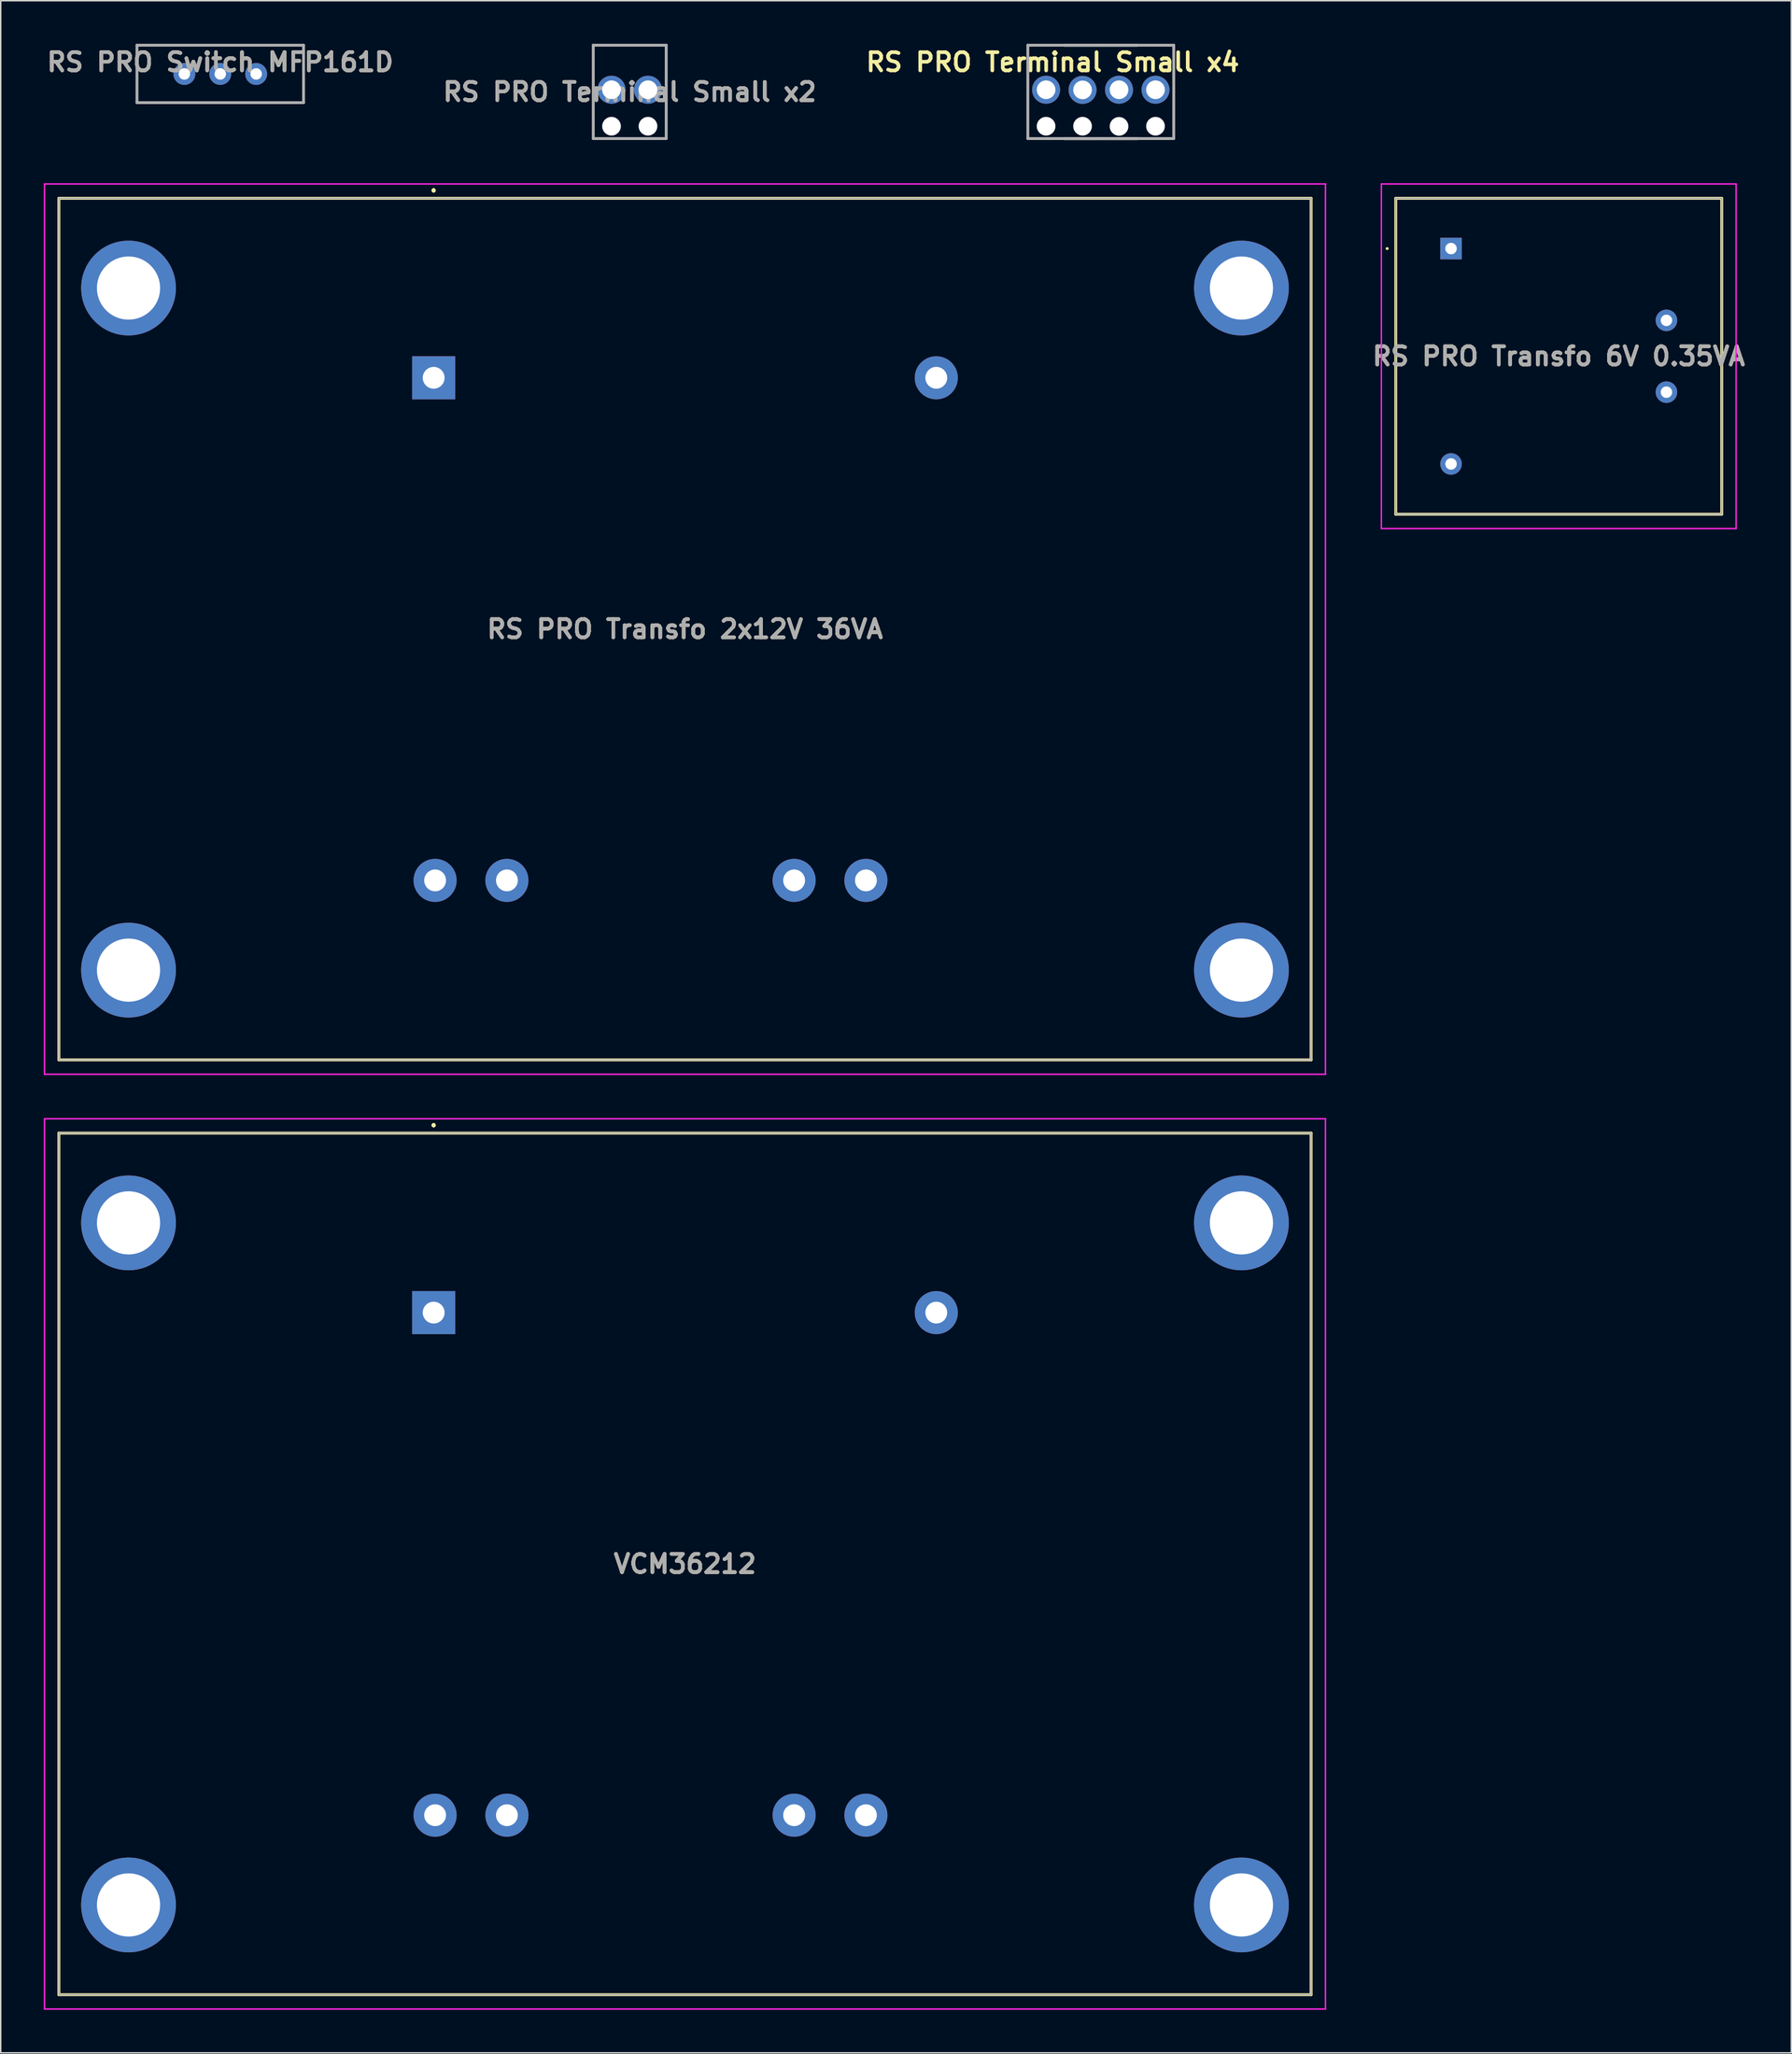
<source format=kicad_pcb>
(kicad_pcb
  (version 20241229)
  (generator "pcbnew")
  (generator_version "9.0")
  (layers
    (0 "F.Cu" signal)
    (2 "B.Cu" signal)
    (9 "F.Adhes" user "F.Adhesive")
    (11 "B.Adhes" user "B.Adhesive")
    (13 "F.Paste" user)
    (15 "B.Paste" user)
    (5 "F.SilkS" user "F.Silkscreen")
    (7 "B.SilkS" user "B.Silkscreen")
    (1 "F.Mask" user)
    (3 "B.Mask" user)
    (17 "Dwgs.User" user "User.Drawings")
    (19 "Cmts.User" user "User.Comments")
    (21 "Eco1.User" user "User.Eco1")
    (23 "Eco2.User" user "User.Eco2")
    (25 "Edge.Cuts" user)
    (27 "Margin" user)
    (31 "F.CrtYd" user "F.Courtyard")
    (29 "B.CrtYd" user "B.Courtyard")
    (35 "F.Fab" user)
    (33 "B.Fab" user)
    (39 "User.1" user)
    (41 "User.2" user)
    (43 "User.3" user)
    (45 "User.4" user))
  (footprint "RS PRO Terminal Small x2"
    (layer "F.Cu")
    (at 39.534 3.2)
    (property "Reference" "RS PRO Terminal Small x2" (at 1.27 0.15 0) (layer "F.SilkS") (effects (font (size 1.27 1.27) (thickness 0.254))))
    (attr through_hole)
    (fp_line (start -1.27 -3.1) (end 3.81 -3.1) (stroke (width 0.1) (type solid)) (layer "F.SilkS"))
    (fp_line (start -1.27 3.4) (end -1.27 -3.1) (stroke (width 0.1) (type solid)) (layer "F.SilkS"))
    (fp_line (start 3.81 -3.1) (end 3.81 3.4) (stroke (width 0.1) (type solid)) (layer "F.SilkS"))
    (fp_line (start 3.81 3.4) (end -1.27 3.4) (stroke (width 0.1) (type solid)) (layer "F.SilkS"))
    (fp_line (start -1.27 -3.1) (end 3.81 -3.1) (stroke (width 0.2) (type solid)) (layer "F.Fab"))
    (fp_line (start -1.27 3.4) (end -1.27 -3.1) (stroke (width 0.2) (type solid)) (layer "F.Fab"))
    (fp_line (start 3.81 -3.1) (end 3.81 3.4) (stroke (width 0.2) (type solid)) (layer "F.Fab"))
    (fp_line (start 3.81 3.4) (end -1.27 3.4) (stroke (width 0.2) (type solid)) (layer "F.Fab"))
    (fp_text user "${REFERENCE}" (at 1.27 0.15 0) (layer "F.Fab") (effects (font (size 1.27 1.27) (thickness 0.254))))
    (pad "" np_thru_hole circle (at 0 2.54) (size 1.3 1.3) (drill 1.3) (layers "*.Cu" "*.Mask"))
    (pad "" np_thru_hole circle (at 2.54 2.54) (size 1.3 1.3) (drill 1.3) (layers "*.Cu" "*.Mask"))
    (pad "1" thru_hole circle (at 0 0) (size 1.95 1.95) (drill 1.3) (layers "*.Cu" "*.Mask"))
    (pad "2" thru_hole circle (at 2.54 0) (size 1.95 1.95) (drill 1.3) (layers "*.Cu" "*.Mask")))
  (footprint "RS PRO Terminal Small x4"
    (layer "F.Cu")
    (at 69.796 3.2)
    (property "Reference" "RS PRO Terminal Small x4" (at 0.46 -1.92 0) (layer "F.SilkS") (effects (font (size 1.27 1.27) (thickness 0.254))))
    (attr through_hole)
    (fp_line (start -1.27 -3.1) (end 3.81 -3.1) (stroke (width 0.1) (type solid)) (layer "F.SilkS"))
    (fp_line (start -1.27 3.4) (end -1.27 -3.1) (stroke (width 0.1) (type solid)) (layer "F.SilkS"))
    (fp_line (start 1.27 -3.09) (end 6.35 -3.09) (stroke (width 0.1) (type solid)) (layer "F.SilkS"))
    (fp_line (start 3.81 -3.1) (end 8.89 -3.1) (stroke (width 0.1) (type solid)) (layer "F.SilkS"))
    (fp_line (start 3.81 3.4) (end -1.27 3.4) (stroke (width 0.1) (type solid)) (layer "F.SilkS"))
    (fp_line (start 6.35 3.41) (end 1.27 3.41) (stroke (width 0.1) (type solid)) (layer "F.SilkS"))
    (fp_line (start 8.89 -3.1) (end 8.89 3.4) (stroke (width 0.1) (type solid)) (layer "F.SilkS"))
    (fp_line (start 8.89 3.4) (end 3.81 3.4) (stroke (width 0.1) (type solid)) (layer "F.SilkS"))
    (fp_line (start -1.27 -3.1) (end 3.81 -3.1) (stroke (width 0.2) (type solid)) (layer "F.Fab"))
    (fp_line (start -1.27 3.4) (end -1.27 -3.1) (stroke (width 0.2) (type solid)) (layer "F.Fab"))
    (fp_line (start 1.27 -3.09) (end 6.35 -3.09) (stroke (width 0.2) (type solid)) (layer "F.Fab"))
    (fp_line (start 3.81 -3.1) (end 8.89 -3.1) (stroke (width 0.2) (type solid)) (layer "F.Fab"))
    (fp_line (start 3.81 3.4) (end -1.27 3.4) (stroke (width 0.2) (type solid)) (layer "F.Fab"))
    (fp_line (start 6.35 3.41) (end 1.27 3.41) (stroke (width 0.2) (type solid)) (layer "F.Fab"))
    (fp_line (start 8.89 -3.1) (end 8.89 3.4) (stroke (width 0.2) (type solid)) (layer "F.Fab"))
    (fp_line (start 8.89 3.4) (end 3.81 3.4) (stroke (width 0.2) (type solid)) (layer "F.Fab"))
    (pad "" np_thru_hole circle (at 0 2.54) (size 1.3 1.3) (drill 1.3) (layers "*.Cu" "*.Mask"))
    (pad "" np_thru_hole circle (at 2.54 2.54) (size 1.3 1.3) (drill 1.3) (layers "*.Cu" "*.Mask"))
    (pad "" np_thru_hole circle (at 5.08 2.55) (size 1.3 1.3) (drill 1.3) (layers "*.Cu" "*.Mask"))
    (pad "" np_thru_hole circle (at 7.62 2.54) (size 1.3 1.3) (drill 1.3) (layers "*.Cu" "*.Mask"))
    (pad "1" thru_hole circle (at 0 0) (size 1.95 1.95) (drill 1.3) (layers "*.Cu" "*.Mask"))
    (pad "2" thru_hole circle (at 2.54 0.01) (size 1.95 1.95) (drill 1.3) (layers "*.Cu" "*.Mask"))
    (pad "3" thru_hole circle (at 5.08 0) (size 1.95 1.95) (drill 1.3) (layers "*.Cu" "*.Mask"))
    (pad "4" thru_hole circle (at 7.62 0) (size 1.95 1.95) (drill 1.3) (layers "*.Cu" "*.Mask")))
  (footprint "RS PRO Switch MFP161D"
    (layer "F.Cu")
    (at 9.789 2.1)
    (property "Reference" "RS PRO Switch MFP161D" (at 2.5 -0.825 0) (layer "F.SilkS") (effects (font (size 1.27 1.27) (thickness 0.254))))
    (attr through_hole)
    (fp_line (start -3.3 -2) (end 8.3 -2) (stroke (width 0.1) (type solid)) (layer "F.SilkS"))
    (fp_line (start -3.3 2) (end -3.3 -2) (stroke (width 0.1) (type solid)) (layer "F.SilkS"))
    (fp_line (start 8.3 -2) (end 8.3 2) (stroke (width 0.1) (type solid)) (layer "F.SilkS"))
    (fp_line (start 8.3 2) (end -3.3 2) (stroke (width 0.1) (type solid)) (layer "F.SilkS"))
    (fp_line (start -3.3 -2) (end -3.3 2) (stroke (width 0.2) (type solid)) (layer "F.Fab"))
    (fp_line (start -3.3 2) (end 8.3 2) (stroke (width 0.2) (type solid)) (layer "F.Fab"))
    (fp_line (start 8.3 -2) (end -3.3 -2) (stroke (width 0.2) (type solid)) (layer "F.Fab"))
    (fp_line (start 8.3 2) (end 8.3 -2) (stroke (width 0.2) (type solid)) (layer "F.Fab"))
    (fp_text user "${REFERENCE}" (at 2.5 -0.825 0) (layer "F.Fab") (effects (font (size 1.27 1.27) (thickness 0.254))))
    (pad "1" thru_hole circle (at 0 0) (size 1.524 1.524) (drill 0.8) (layers "*.Cu" "*.Mask"))
    (pad "2" thru_hole circle (at 2.5 0) (size 1.524 1.524) (drill 0.8) (layers "*.Cu" "*.Mask"))
    (pad "3" thru_hole circle (at 5 0) (size 1.524 1.524) (drill 0.8) (layers "*.Cu" "*.Mask")))
  (footprint "VCM36212"
    (layer "F.Cu")
    (at 27.15 88.36)
    (property "Reference" "VCM36212" (at 17.5 17.5 0) (layer "F.SilkS") (effects (font (size 1.27 1.27) (thickness 0.254))))
    (attr through_hole)
    (fp_line (start -26.1 -12.5) (end -26.1 47.5) (stroke (width 0.2) (type solid)) (layer "F.SilkS"))
    (fp_line (start -26.1 47.5) (end 61.1 47.5) (stroke (width 0.2) (type solid)) (layer "F.SilkS"))
    (fp_line (start 0 -13.1) (end 0 -13.1) (stroke (width 0.2) (type solid)) (layer "F.SilkS"))
    (fp_line (start 0 -13.1) (end 0 -13.1) (stroke (width 0.2) (type solid)) (layer "F.SilkS"))
    (fp_line (start 0 -13) (end 0 -13) (stroke (width 0.2) (type solid)) (layer "F.SilkS"))
    (fp_line (start 61.1 -12.5) (end -26.1 -12.5) (stroke (width 0.2) (type solid)) (layer "F.SilkS"))
    (fp_line (start 61.1 47.5) (end 61.1 -12.5) (stroke (width 0.2) (type solid)) (layer "F.SilkS"))
    (fp_arc (start 0 -13.1) (mid 0.05 -13.05) (end 0 -13) (stroke (width 0.2) (type solid)) (layer "F.SilkS"))
    (fp_arc (start 0 -13) (mid -0.05 -13.05) (end 0 -13.1) (stroke (width 0.2) (type solid)) (layer "F.SilkS"))
    (fp_arc (start 0 -13) (mid -0.05 -13.05) (end 0 -13.1) (stroke (width 0.2) (type solid)) (layer "F.SilkS"))
    (fp_line (start -27.1 -13.5) (end -27.1 48.5) (stroke (width 0.1) (type solid)) (layer "F.CrtYd"))
    (fp_line (start -27.1 48.5) (end 62.1 48.5) (stroke (width 0.1) (type solid)) (layer "F.CrtYd"))
    (fp_line (start 62.1 -13.5) (end -27.1 -13.5) (stroke (width 0.1) (type solid)) (layer "F.CrtYd"))
    (fp_line (start 62.1 48.5) (end 62.1 -13.5) (stroke (width 0.1) (type solid)) (layer "F.CrtYd"))
    (fp_line (start -26.1 -12.5) (end -26.1 47.5) (stroke (width 0.1) (type solid)) (layer "F.Fab"))
    (fp_line (start -26.1 47.5) (end 61.1 47.5) (stroke (width 0.1) (type solid)) (layer "F.Fab"))
    (fp_line (start 61.1 -12.5) (end -26.1 -12.5) (stroke (width 0.1) (type solid)) (layer "F.Fab"))
    (fp_line (start 61.1 47.5) (end 61.1 -12.5) (stroke (width 0.1) (type solid)) (layer "F.Fab"))
    (fp_text user "${REFERENCE}" (at 17.5 17.5 0) (layer "F.Fab") (effects (font (size 1.27 1.27) (thickness 0.254))))
    (pad "1" thru_hole rect (at 0 0) (size 3 3) (drill 1.52) (layers "*.Cu" "*.Mask"))
    (pad "2" thru_hole circle (at 35 0) (size 3 3) (drill 1.52) (layers "*.Cu" "*.Mask"))
    (pad "3" thru_hole circle (at 30.1 35) (size 3 3) (drill 1.52) (layers "*.Cu" "*.Mask"))
    (pad "4" thru_hole circle (at 25.1 35) (size 3 3) (drill 1.52) (layers "*.Cu" "*.Mask"))
    (pad "5" thru_hole circle (at 5.1 35) (size 3 3) (drill 1.52) (layers "*.Cu" "*.Mask"))
    (pad "6" thru_hole circle (at 0.1 35) (size 3 3) (drill 1.52) (layers "*.Cu" "*.Mask"))
    (pad "MH1" thru_hole circle (at -21.25 -6.25) (size 6.6 6.6) (drill 4.4) (layers "*.Cu" "*.Mask"))
    (pad "MH2" thru_hole circle (at 56.25 -6.25) (size 6.6 6.6) (drill 4.4) (layers "*.Cu" "*.Mask"))
    (pad "MH3" thru_hole circle (at 56.25 41.25) (size 6.6 6.6) (drill 4.4) (layers "*.Cu" "*.Mask"))
    (pad "MH4" thru_hole circle (at -21.25 41.25) (size 6.6 6.6) (drill 4.4) (layers "*.Cu" "*.Mask")))
  (footprint "RS PRO Transfo 6V 0.35VA"
    (layer "F.Cu")
    (at 97.996 14.26)
    (property "Reference" "RS PRO Transfo 6V 0.35VA" (at 7.5 7.5 0) (layer "F.SilkS") (effects (font (size 1.27 1.27) (thickness 0.254))))
    (attr through_hole)
    (fp_line (start -4.5 0) (end -4.5 0) (stroke (width 0.1) (type solid)) (layer "F.SilkS"))
    (fp_line (start -4.4 0) (end -4.4 0) (stroke (width 0.1) (type solid)) (layer "F.SilkS"))
    (fp_line (start -3.85 -3.5) (end 18.85 -3.5) (stroke (width 0.2) (type solid)) (layer "F.SilkS"))
    (fp_line (start -3.85 18.5) (end -3.85 -3.5) (stroke (width 0.2) (type solid)) (layer "F.SilkS"))
    (fp_line (start 18.85 -3.5) (end 18.85 18.5) (stroke (width 0.2) (type solid)) (layer "F.SilkS"))
    (fp_line (start 18.85 18.5) (end -3.85 18.5) (stroke (width 0.2) (type solid)) (layer "F.SilkS"))
    (fp_arc (start -4.5 0) (mid -4.45 -0.05) (end -4.4 0) (stroke (width 0.1) (type solid)) (layer "F.SilkS"))
    (fp_arc (start -4.4 0) (mid -4.45 0.05) (end -4.5 0) (stroke (width 0.1) (type solid)) (layer "F.SilkS"))
    (fp_line (start -4.85 -4.5) (end 19.85 -4.5) (stroke (width 0.1) (type solid)) (layer "F.CrtYd"))
    (fp_line (start -4.85 19.5) (end -4.85 -4.5) (stroke (width 0.1) (type solid)) (layer "F.CrtYd"))
    (fp_line (start 19.85 -4.5) (end 19.85 19.5) (stroke (width 0.1) (type solid)) (layer "F.CrtYd"))
    (fp_line (start 19.85 19.5) (end -4.85 19.5) (stroke (width 0.1) (type solid)) (layer "F.CrtYd"))
    (fp_line (start -3.85 -3.5) (end 18.85 -3.5) (stroke (width 0.1) (type solid)) (layer "F.Fab"))
    (fp_line (start -3.85 18.5) (end -3.85 -3.5) (stroke (width 0.1) (type solid)) (layer "F.Fab"))
    (fp_line (start 18.85 -3.5) (end 18.85 18.5) (stroke (width 0.1) (type solid)) (layer "F.Fab"))
    (fp_line (start 18.85 18.5) (end -3.85 18.5) (stroke (width 0.1) (type solid)) (layer "F.Fab"))
    (fp_text user "${REFERENCE}" (at 7.5 7.5 0) (layer "F.Fab") (effects (font (size 1.27 1.27) (thickness 0.254))))
    (pad "1" thru_hole rect (at 0 0) (size 1.5 1.5) (drill 0.8) (layers "*.Cu" "*.Mask"))
    (pad "2" thru_hole circle (at 0 15) (size 1.5 1.5) (drill 0.8) (layers "*.Cu" "*.Mask"))
    (pad "3" thru_hole circle (at 15 5) (size 1.5 1.5) (drill 0.8) (layers "*.Cu" "*.Mask"))
    (pad "4" thru_hole circle (at 15 10) (size 1.5 1.5) (drill 0.8) (layers "*.Cu" "*.Mask")))
  (footprint "RS PRO Transfo 2x12V 36VA"
    (layer "F.Cu")
    (at 27.15 23.26)
    (property "Reference" "RS PRO Transfo 2x12V 36VA" (at 17.5 17.5 0) (layer "F.SilkS") (effects (font (size 1.27 1.27) (thickness 0.254))))
    (attr through_hole)
    (fp_line (start -26.1 -12.5) (end -26.1 47.5) (stroke (width 0.2) (type solid)) (layer "F.SilkS"))
    (fp_line (start -26.1 47.5) (end 61.1 47.5) (stroke (width 0.2) (type solid)) (layer "F.SilkS"))
    (fp_line (start 0 -13.1) (end 0 -13.1) (stroke (width 0.2) (type solid)) (layer "F.SilkS"))
    (fp_line (start 0 -13.1) (end 0 -13.1) (stroke (width 0.2) (type solid)) (layer "F.SilkS"))
    (fp_line (start 0 -13) (end 0 -13) (stroke (width 0.2) (type solid)) (layer "F.SilkS"))
    (fp_line (start 61.1 -12.5) (end -26.1 -12.5) (stroke (width 0.2) (type solid)) (layer "F.SilkS"))
    (fp_line (start 61.1 47.5) (end 61.1 -12.5) (stroke (width 0.2) (type solid)) (layer "F.SilkS"))
    (fp_arc (start 0 -13.1) (mid 0.05 -13.05) (end 0 -13) (stroke (width 0.2) (type solid)) (layer "F.SilkS"))
    (fp_arc (start 0 -13) (mid -0.05 -13.05) (end 0 -13.1) (stroke (width 0.2) (type solid)) (layer "F.SilkS"))
    (fp_arc (start 0 -13) (mid -0.05 -13.05) (end 0 -13.1) (stroke (width 0.2) (type solid)) (layer "F.SilkS"))
    (fp_line (start -27.1 -13.5) (end -27.1 48.5) (stroke (width 0.1) (type solid)) (layer "F.CrtYd"))
    (fp_line (start -27.1 48.5) (end 62.1 48.5) (stroke (width 0.1) (type solid)) (layer "F.CrtYd"))
    (fp_line (start 62.1 -13.5) (end -27.1 -13.5) (stroke (width 0.1) (type solid)) (layer "F.CrtYd"))
    (fp_line (start 62.1 48.5) (end 62.1 -13.5) (stroke (width 0.1) (type solid)) (layer "F.CrtYd"))
    (fp_line (start -26.1 -12.5) (end -26.1 47.5) (stroke (width 0.1) (type solid)) (layer "F.Fab"))
    (fp_line (start -26.1 47.5) (end 61.1 47.5) (stroke (width 0.1) (type solid)) (layer "F.Fab"))
    (fp_line (start 61.1 -12.5) (end -26.1 -12.5) (stroke (width 0.1) (type solid)) (layer "F.Fab"))
    (fp_line (start 61.1 47.5) (end 61.1 -12.5) (stroke (width 0.1) (type solid)) (layer "F.Fab"))
    (fp_text user "${REFERENCE}" (at 17.5 17.5 0) (layer "F.Fab") (effects (font (size 1.27 1.27) (thickness 0.254))))
    (pad "1" thru_hole rect (at 0 0) (size 3 3) (drill 1.52) (layers "*.Cu" "*.Mask"))
    (pad "2" thru_hole circle (at 35 0) (size 3 3) (drill 1.52) (layers "*.Cu" "*.Mask"))
    (pad "3" thru_hole circle (at 30.1 35) (size 3 3) (drill 1.52) (layers "*.Cu" "*.Mask"))
    (pad "4" thru_hole circle (at 25.1 35) (size 3 3) (drill 1.52) (layers "*.Cu" "*.Mask"))
    (pad "5" thru_hole circle (at 5.1 35) (size 3 3) (drill 1.52) (layers "*.Cu" "*.Mask"))
    (pad "6" thru_hole circle (at 0.1 35) (size 3 3) (drill 1.52) (layers "*.Cu" "*.Mask"))
    (pad "MH1" thru_hole circle (at -21.25 -6.25) (size 6.6 6.6) (drill 4.4) (layers "*.Cu" "*.Mask"))
    (pad "MH2" thru_hole circle (at 56.25 -6.25) (size 6.6 6.6) (drill 4.4) (layers "*.Cu" "*.Mask"))
    (pad "MH3" thru_hole circle (at 56.25 41.25) (size 6.6 6.6) (drill 4.4) (layers "*.Cu" "*.Mask"))
    (pad "MH4" thru_hole circle (at -21.25 41.25) (size 6.6 6.6) (drill 4.4) (layers "*.Cu" "*.Mask")))
  (gr_rect
    (start -3 -3)
    (end 121.692 139.91)
    (stroke (width 0.1) (type default))
    (fill no)
    (layer "Edge.Cuts")))
</source>
